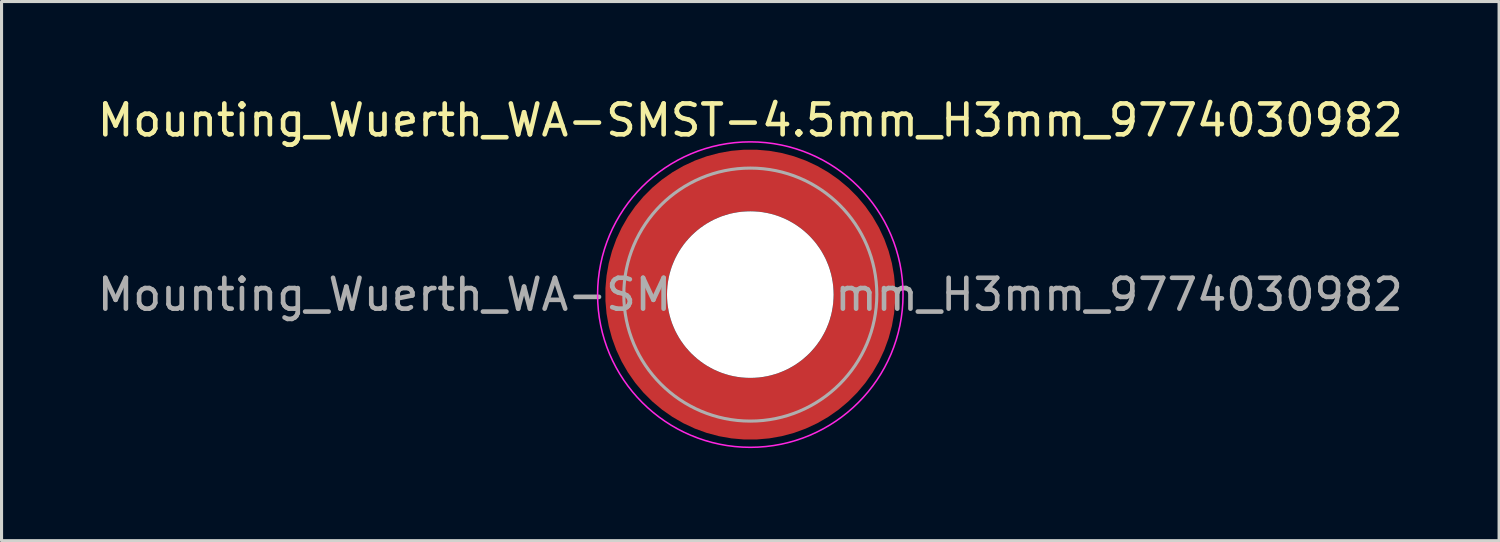
<source format=kicad_pcb>
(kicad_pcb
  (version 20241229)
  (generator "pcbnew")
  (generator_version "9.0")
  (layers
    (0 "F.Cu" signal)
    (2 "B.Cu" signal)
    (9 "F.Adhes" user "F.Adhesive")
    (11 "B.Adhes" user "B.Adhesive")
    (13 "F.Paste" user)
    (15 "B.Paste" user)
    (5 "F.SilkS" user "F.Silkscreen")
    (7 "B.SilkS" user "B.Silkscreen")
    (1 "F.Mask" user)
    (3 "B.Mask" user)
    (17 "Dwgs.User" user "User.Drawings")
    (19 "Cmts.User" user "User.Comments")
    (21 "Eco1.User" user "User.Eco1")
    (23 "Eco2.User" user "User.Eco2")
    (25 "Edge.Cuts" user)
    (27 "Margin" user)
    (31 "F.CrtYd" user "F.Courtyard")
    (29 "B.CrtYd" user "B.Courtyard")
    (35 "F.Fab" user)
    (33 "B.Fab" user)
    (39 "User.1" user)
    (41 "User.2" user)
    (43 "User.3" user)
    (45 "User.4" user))
  (footprint "Mounting_Wuerth_WA-SMST-4.5mm_H3mm_9774030982"
    (layer "F.Cu")
    (at 21.268 6.498)
    (property "Reference" "Mounting_Wuerth_WA-SMST-4.5mm_H3mm_9774030982" (at 0 -5.65 0) (layer "F.SilkS") (effects (font (size 1 1) (thickness 0.15))))
    (attr smd allow_soldermask_bridges)
    (fp_circle (center 0 0) (end 4.95 0) (stroke (width 0.05) (type solid)) (fill no) (layer "F.CrtYd"))
    (fp_circle (center 0 0) (end 4.1 0) (stroke (width 0.1) (type solid)) (fill no) (layer "F.Fab"))
    (fp_text user "${REFERENCE}" (at 0 0 0) (layer "F.Fab") (effects (font (size 1 1) (thickness 0.15))))
    (pad "" smd custom (at -2.607 -2.607) (size 0.948 0.948) (layers "F.Paste") (options (anchor circle)) (primitives (gr_arc (start -0.188183 2.107456) (mid 0.599273 0.599273) (end 2.107456 -0.188183) (width 0.2)) (gr_arc (start -0.289416 2.107456) (mid 0.52877 0.52877) (end 2.107456 -0.289416) (width 0.2)) (gr_arc (start -0.390547 2.107456) (mid 0.458268 0.458268) (end 2.107456 -0.390547) (width 0.2)) (gr_arc (start -0.491585 2.107456) (mid 0.387765 0.387765) (end 2.107456 -0.491585) (width 0.2)) (gr_arc (start -0.59254 2.107456) (mid 0.317262 0.317262) (end 2.107456 -0.59254) (width 0.2)) (gr_arc (start -0.693419 2.107456) (mid 0.246759 0.246759) (end 2.107456 -0.693419) (width 0.2)) (gr_arc (start -0.794229 2.107456) (mid 0.176257 0.176257) (end 2.107456 -0.794229) (width 0.2)) (gr_arc (start -0.894975 2.107456) (mid 0.105754 0.105754) (end 2.107456 -0.894975) (width 0.2)) (gr_arc (start -0.995664 2.107456) (mid 0.035251 0.035251) (end 2.107456 -0.995664) (width 0.2)) (gr_arc (start -1.0963 2.107456) (mid -0.035251 -0.035251) (end 2.107456 -1.0963) (width 0.2)) (gr_arc (start -1.196886 2.107456) (mid -0.105754 -0.105754) (end 2.107456 -1.196886) (width 0.2)) (gr_arc (start -1.297427 2.107456) (mid -0.176257 -0.176257) (end 2.107456 -1.297427) (width 0.2)) (gr_arc (start -1.397927 2.107456) (mid -0.246759 -0.246759) (end 2.107456 -1.397927) (width 0.2)) (gr_arc (start -1.498388 2.107456) (mid -0.317262 -0.317262) (end 2.107456 -1.498388) (width 0.2)) (gr_arc (start -1.598813 2.107456) (mid -0.387765 -0.387765) (end 2.107456 -1.598813) (width 0.2)) (gr_arc (start -1.699204 2.107456) (mid -0.458268 -0.458268) (end 2.107456 -1.699204) (width 0.2)) (gr_arc (start -1.799565 2.107456) (mid -0.52877 -0.52877) (end 2.107456 -1.799565) (width 0.2)) (gr_arc (start -1.899896 2.107456) (mid -0.599273 -0.599273) (end 2.107456 -1.899896) (width 0.2)) (gr_arc (start -1.899896 2.107456) (mid -0.599273 -0.599273) (end 2.107456 -1.899896) (width 0.2)) (gr_line (start 2.107 -0.188) (end 2.107 -1.9) (width 0.2)) (gr_line (start -0.188 2.107) (end -1.9 2.107) (width 0.2))))
    (pad "" smd custom (at -2.607 2.607) (size 0.948 0.948) (layers "F.Paste") (options (anchor circle)) (primitives (gr_arc (start 2.107456 0.188183) (mid 0.599273 -0.599273) (end -0.188183 -2.107456) (width 0.2)) (gr_arc (start 2.107456 0.289416) (mid 0.52877 -0.52877) (end -0.289416 -2.107456) (width 0.2)) (gr_arc (start 2.107456 0.390547) (mid 0.458268 -0.458268) (end -0.390547 -2.107456) (width 0.2)) (gr_arc (start 2.107456 0.491585) (mid 0.387765 -0.387765) (end -0.491585 -2.107456) (width 0.2)) (gr_arc (start 2.107456 0.59254) (mid 0.317262 -0.317262) (end -0.59254 -2.107456) (width 0.2)) (gr_arc (start 2.107456 0.693419) (mid 0.246759 -0.246759) (end -0.693419 -2.107456) (width 0.2)) (gr_arc (start 2.107456 0.794229) (mid 0.176257 -0.176257) (end -0.794229 -2.107456) (width 0.2)) (gr_arc (start 2.107456 0.894975) (mid 0.105754 -0.105754) (end -0.894975 -2.107456) (width 0.2)) (gr_arc (start 2.107456 0.995664) (mid 0.035251 -0.035251) (end -0.995664 -2.107456) (width 0.2)) (gr_arc (start 2.107456 1.0963) (mid -0.035251 0.035251) (end -1.0963 -2.107456) (width 0.2)) (gr_arc (start 2.107456 1.196886) (mid -0.105754 0.105754) (end -1.196886 -2.107456) (width 0.2)) (gr_arc (start 2.107456 1.297427) (mid -0.176257 0.176257) (end -1.297427 -2.107456) (width 0.2)) (gr_arc (start 2.107456 1.397927) (mid -0.246759 0.246759) (end -1.397927 -2.107456) (width 0.2)) (gr_arc (start 2.107456 1.498388) (mid -0.317262 0.317262) (end -1.498388 -2.107456) (width 0.2)) (gr_arc (start 2.107456 1.598813) (mid -0.387765 0.387765) (end -1.598813 -2.107456) (width 0.2)) (gr_arc (start 2.107456 1.699204) (mid -0.458268 0.458268) (end -1.699204 -2.107456) (width 0.2)) (gr_arc (start 2.107456 1.799565) (mid -0.52877 0.52877) (end -1.799565 -2.107456) (width 0.2)) (gr_arc (start 2.107456 1.899896) (mid -0.599273 0.599273) (end -1.899896 -2.107456) (width 0.2)) (gr_arc (start 2.107456 1.899896) (mid -0.599273 0.599273) (end -1.899896 -2.107456) (width 0.2)) (gr_line (start -0.188 -2.107) (end -1.9 -2.107) (width 0.2)) (gr_line (start 2.107 0.188) (end 2.107 1.9) (width 0.2))))
    (pad "" np_thru_hole circle (at 0 0) (size 5.4 5.4) (drill 5.4) (layers "*.Cu" "*.Mask"))
    (pad "" smd custom (at 2.607 -2.607) (size 0.948 0.948) (layers "F.Paste") (options (anchor circle)) (primitives (gr_arc (start -2.107456 -0.188183) (mid -0.599273 0.599273) (end 0.188183 2.107456) (width 0.2)) (gr_arc (start -2.107456 -0.289416) (mid -0.52877 0.52877) (end 0.289416 2.107456) (width 0.2)) (gr_arc (start -2.107456 -0.390547) (mid -0.458268 0.458268) (end 0.390547 2.107456) (width 0.2)) (gr_arc (start -2.107456 -0.491585) (mid -0.387765 0.387765) (end 0.491585 2.107456) (width 0.2)) (gr_arc (start -2.107456 -0.59254) (mid -0.317262 0.317262) (end 0.59254 2.107456) (width 0.2)) (gr_arc (start -2.107456 -0.693419) (mid -0.246759 0.246759) (end 0.693419 2.107456) (width 0.2)) (gr_arc (start -2.107456 -0.794229) (mid -0.176257 0.176257) (end 0.794229 2.107456) (width 0.2)) (gr_arc (start -2.107456 -0.894975) (mid -0.105754 0.105754) (end 0.894975 2.107456) (width 0.2)) (gr_arc (start -2.107456 -0.995664) (mid -0.035251 0.035251) (end 0.995664 2.107456) (width 0.2)) (gr_arc (start -2.107456 -1.0963) (mid 0.035251 -0.035251) (end 1.0963 2.107456) (width 0.2)) (gr_arc (start -2.107456 -1.196886) (mid 0.105754 -0.105754) (end 1.196886 2.107456) (width 0.2)) (gr_arc (start -2.107456 -1.297427) (mid 0.176257 -0.176257) (end 1.297427 2.107456) (width 0.2)) (gr_arc (start -2.107456 -1.397927) (mid 0.246759 -0.246759) (end 1.397927 2.107456) (width 0.2)) (gr_arc (start -2.107456 -1.498388) (mid 0.317262 -0.317262) (end 1.498388 2.107456) (width 0.2)) (gr_arc (start -2.107456 -1.598813) (mid 0.387765 -0.387765) (end 1.598813 2.107456) (width 0.2)) (gr_arc (start -2.107456 -1.699204) (mid 0.458268 -0.458268) (end 1.699204 2.107456) (width 0.2)) (gr_arc (start -2.107456 -1.799565) (mid 0.52877 -0.52877) (end 1.799565 2.107456) (width 0.2)) (gr_arc (start -2.107456 -1.899896) (mid 0.599273 -0.599273) (end 1.899896 2.107456) (width 0.2)) (gr_arc (start -2.107456 -1.899896) (mid 0.599273 -0.599273) (end 1.899896 2.107456) (width 0.2)) (gr_line (start 0.188 2.107) (end 1.9 2.107) (width 0.2)) (gr_line (start -2.107 -0.188) (end -2.107 -1.9) (width 0.2))))
    (pad "" smd custom (at 2.607 2.607) (size 0.948 0.948) (layers "F.Paste") (options (anchor circle)) (primitives (gr_arc (start 0.188183 -2.107456) (mid -0.599273 -0.599273) (end -2.107456 0.188183) (width 0.2)) (gr_arc (start 0.289416 -2.107456) (mid -0.52877 -0.52877) (end -2.107456 0.289416) (width 0.2)) (gr_arc (start 0.390547 -2.107456) (mid -0.458268 -0.458268) (end -2.107456 0.390547) (width 0.2)) (gr_arc (start 0.491585 -2.107456) (mid -0.387765 -0.387765) (end -2.107456 0.491585) (width 0.2)) (gr_arc (start 0.59254 -2.107456) (mid -0.317262 -0.317262) (end -2.107456 0.59254) (width 0.2)) (gr_arc (start 0.693419 -2.107456) (mid -0.246759 -0.246759) (end -2.107456 0.693419) (width 0.2)) (gr_arc (start 0.794229 -2.107456) (mid -0.176257 -0.176257) (end -2.107456 0.794229) (width 0.2)) (gr_arc (start 0.894975 -2.107456) (mid -0.105754 -0.105754) (end -2.107456 0.894975) (width 0.2)) (gr_arc (start 0.995664 -2.107456) (mid -0.035251 -0.035251) (end -2.107456 0.995664) (width 0.2)) (gr_arc (start 1.0963 -2.107456) (mid 0.035251 0.035251) (end -2.107456 1.0963) (width 0.2)) (gr_arc (start 1.196886 -2.107456) (mid 0.105754 0.105754) (end -2.107456 1.196886) (width 0.2)) (gr_arc (start 1.297427 -2.107456) (mid 0.176257 0.176257) (end -2.107456 1.297427) (width 0.2)) (gr_arc (start 1.397927 -2.107456) (mid 0.246759 0.246759) (end -2.107456 1.397927) (width 0.2)) (gr_arc (start 1.498388 -2.107456) (mid 0.317262 0.317262) (end -2.107456 1.498388) (width 0.2)) (gr_arc (start 1.598813 -2.107456) (mid 0.387765 0.387765) (end -2.107456 1.598813) (width 0.2)) (gr_arc (start 1.699204 -2.107456) (mid 0.458268 0.458268) (end -2.107456 1.699204) (width 0.2)) (gr_arc (start 1.799565 -2.107456) (mid 0.52877 0.52877) (end -2.107456 1.799565) (width 0.2)) (gr_arc (start 1.899896 -2.107456) (mid 0.599273 0.599273) (end -2.107456 1.899896) (width 0.2)) (gr_arc (start 1.899896 -2.107456) (mid 0.599273 0.599273) (end -2.107456 1.899896) (width 0.2)) (gr_line (start -2.107 0.188) (end -2.107 1.9) (width 0.2)) (gr_line (start 0.188 -2.107) (end 1.9 -2.107) (width 0.2))))
    (pad "1" smd circle (at -3.7 0) (size 1.492 1.492) (layers "F.Cu"))
    (pad "1" smd circle (at 0 -3.7) (size 1.492 1.492) (layers "F.Cu"))
    (pad "1" smd circle (at 0 3.7) (size 1.492 1.492) (layers "F.Cu"))
    (pad "1" smd custom (at 3.7 0) (size 2 2) (layers "F.Cu" "F.Mask") (options (anchor circle)) (primitives (gr_circle (center -3.7 0) (end 0 0) (width 2) (fill no)))))
  (gr_rect
    (start -3 -3)
    (end 45.536 14.473)
    (stroke (width 0.1) (type default))
    (fill no)
    (layer "Edge.Cuts")))
</source>
